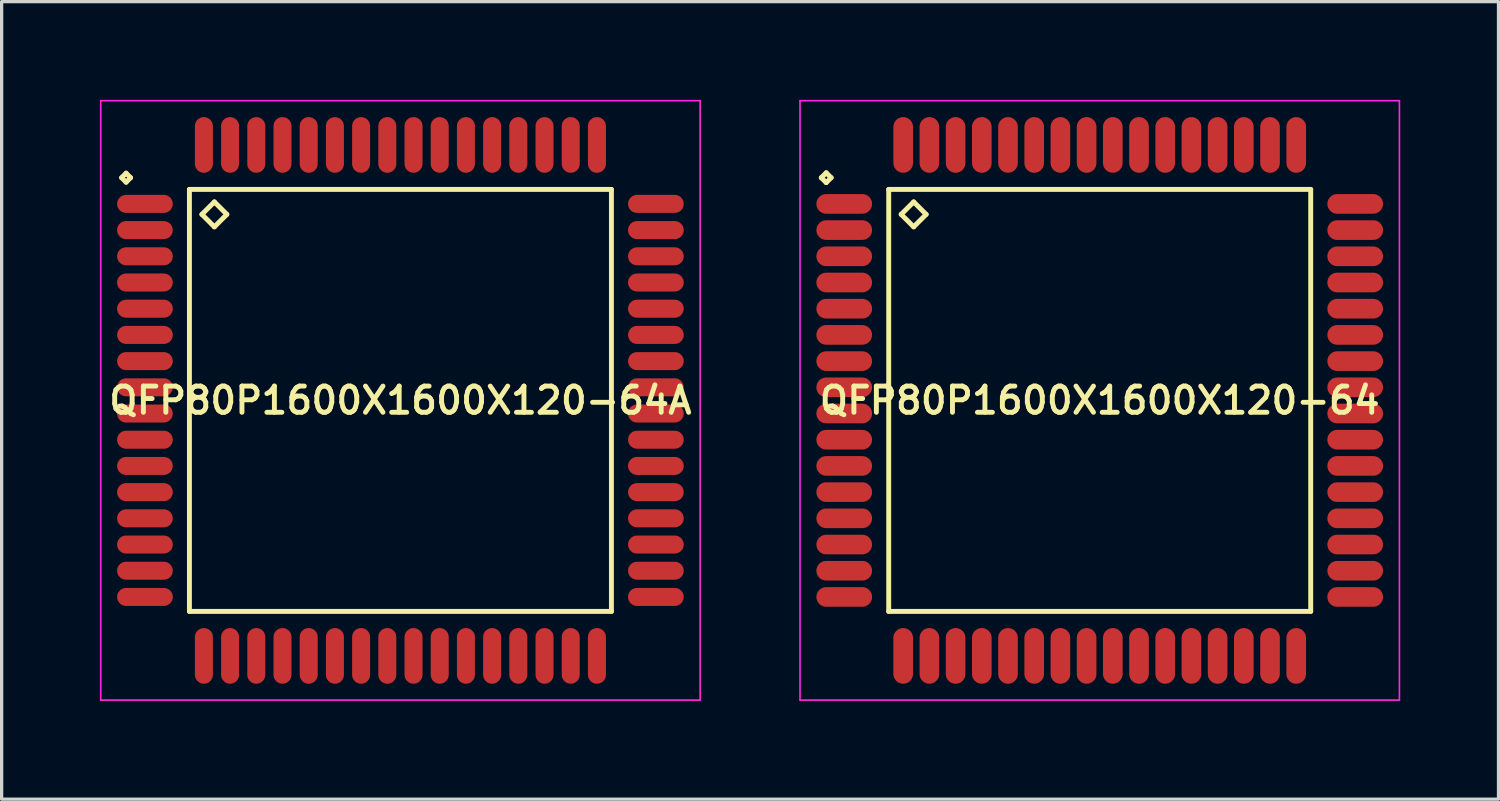
<source format=kicad_pcb>
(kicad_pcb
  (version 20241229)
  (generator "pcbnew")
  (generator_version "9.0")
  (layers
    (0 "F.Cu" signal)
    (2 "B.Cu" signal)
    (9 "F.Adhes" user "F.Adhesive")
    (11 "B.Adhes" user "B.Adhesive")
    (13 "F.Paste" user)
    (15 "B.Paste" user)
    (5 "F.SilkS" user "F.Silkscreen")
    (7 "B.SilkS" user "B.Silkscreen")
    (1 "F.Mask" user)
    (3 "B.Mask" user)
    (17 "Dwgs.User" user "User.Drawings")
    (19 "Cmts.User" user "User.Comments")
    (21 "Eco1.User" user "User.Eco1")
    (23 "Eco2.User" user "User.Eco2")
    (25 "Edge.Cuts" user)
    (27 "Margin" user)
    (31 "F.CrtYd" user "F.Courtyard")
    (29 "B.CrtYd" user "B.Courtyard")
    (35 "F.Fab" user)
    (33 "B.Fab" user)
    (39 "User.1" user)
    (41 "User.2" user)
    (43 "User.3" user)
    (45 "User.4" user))
  (footprint "QFP80P1600X1600X120-64"
    (layer "F.Cu")
    (at 30.525 9.175)
    (property "Reference" "QFP80P1600X1600X120-64" (at 0 0 0) (layer "F.SilkS") (effects (font (size 0.8 0.8) (thickness 0.15))))
    (attr smd)
    (fp_line (start -8.5 -6.8) (end -8.35 -6.95) (stroke (width 0.15) (type solid)) (layer "F.SilkS"))
    (fp_line (start -8.35 -6.95) (end -8.2 -6.8) (stroke (width 0.15) (type solid)) (layer "F.SilkS"))
    (fp_line (start -8.35 -6.65) (end -8.5 -6.8) (stroke (width 0.15) (type solid)) (layer "F.SilkS"))
    (fp_line (start -8.2 -6.8) (end -8.35 -6.65) (stroke (width 0.15) (type solid)) (layer "F.SilkS"))
    (fp_line (start -6.442 -6.442) (end -6.442 6.442) (stroke (width 0.15) (type solid)) (layer "F.SilkS"))
    (fp_line (start -6.442 6.442) (end 6.442 6.442) (stroke (width 0.15) (type solid)) (layer "F.SilkS"))
    (fp_line (start -6.061 -5.68) (end -5.68 -6.061) (stroke (width 0.15) (type solid)) (layer "F.SilkS"))
    (fp_line (start -5.68 -6.061) (end -5.299 -5.68) (stroke (width 0.15) (type solid)) (layer "F.SilkS"))
    (fp_line (start -5.68 -5.299) (end -6.061 -5.68) (stroke (width 0.15) (type solid)) (layer "F.SilkS"))
    (fp_line (start -5.299 -5.68) (end -5.68 -5.299) (stroke (width 0.15) (type solid)) (layer "F.SilkS"))
    (fp_line (start 6.442 -6.442) (end -6.442 -6.442) (stroke (width 0.15) (type solid)) (layer "F.SilkS"))
    (fp_line (start 6.442 6.442) (end 6.442 -6.442) (stroke (width 0.15) (type solid)) (layer "F.SilkS"))
    (fp_line (start -9.15 -9.15) (end 9.15 -9.15) (stroke (width 0.05) (type solid)) (layer "F.CrtYd"))
    (fp_line (start -9.15 9.15) (end -9.15 -9.15) (stroke (width 0.05) (type solid)) (layer "F.CrtYd"))
    (fp_line (start 9.15 -9.15) (end 9.15 9.15) (stroke (width 0.05) (type solid)) (layer "F.CrtYd"))
    (fp_line (start 9.15 9.15) (end -9.15 9.15) (stroke (width 0.05) (type solid)) (layer "F.CrtYd"))
    (pad "1" smd oval (at -7.8 -6) (size 1.7 0.6) (layers "F.Cu" "F.Mask" "F.Paste"))
    (pad "2" smd oval (at -7.8 -5.2) (size 1.7 0.6) (layers "F.Cu" "F.Mask" "F.Paste"))
    (pad "3" smd oval (at -7.8 -4.4) (size 1.7 0.6) (layers "F.Cu" "F.Mask" "F.Paste"))
    (pad "4" smd oval (at -7.8 -3.6) (size 1.7 0.6) (layers "F.Cu" "F.Mask" "F.Paste"))
    (pad "5" smd oval (at -7.8 -2.8) (size 1.7 0.6) (layers "F.Cu" "F.Mask" "F.Paste"))
    (pad "6" smd oval (at -7.8 -2) (size 1.7 0.6) (layers "F.Cu" "F.Mask" "F.Paste"))
    (pad "7" smd oval (at -7.8 -1.2) (size 1.7 0.6) (layers "F.Cu" "F.Mask" "F.Paste"))
    (pad "8" smd oval (at -7.8 -0.4) (size 1.7 0.6) (layers "F.Cu" "F.Mask" "F.Paste"))
    (pad "9" smd oval (at -7.8 0.4) (size 1.7 0.6) (layers "F.Cu" "F.Mask" "F.Paste"))
    (pad "10" smd oval (at -7.8 1.2) (size 1.7 0.6) (layers "F.Cu" "F.Mask" "F.Paste"))
    (pad "11" smd oval (at -7.8 2) (size 1.7 0.6) (layers "F.Cu" "F.Mask" "F.Paste"))
    (pad "12" smd oval (at -7.8 2.8) (size 1.7 0.6) (layers "F.Cu" "F.Mask" "F.Paste"))
    (pad "13" smd oval (at -7.8 3.6) (size 1.7 0.6) (layers "F.Cu" "F.Mask" "F.Paste"))
    (pad "14" smd oval (at -7.8 4.4) (size 1.7 0.6) (layers "F.Cu" "F.Mask" "F.Paste"))
    (pad "15" smd oval (at -7.8 5.2) (size 1.7 0.6) (layers "F.Cu" "F.Mask" "F.Paste"))
    (pad "16" smd oval (at -7.8 6) (size 1.7 0.6) (layers "F.Cu" "F.Mask" "F.Paste"))
    (pad "17" smd oval (at -6 7.8) (size 0.6 1.7) (layers "F.Cu" "F.Mask" "F.Paste"))
    (pad "18" smd oval (at -5.2 7.8) (size 0.6 1.7) (layers "F.Cu" "F.Mask" "F.Paste"))
    (pad "19" smd oval (at -4.4 7.8) (size 0.6 1.7) (layers "F.Cu" "F.Mask" "F.Paste"))
    (pad "20" smd oval (at -3.6 7.8) (size 0.6 1.7) (layers "F.Cu" "F.Mask" "F.Paste"))
    (pad "21" smd oval (at -2.8 7.8) (size 0.6 1.7) (layers "F.Cu" "F.Mask" "F.Paste"))
    (pad "22" smd oval (at -2 7.8) (size 0.6 1.7) (layers "F.Cu" "F.Mask" "F.Paste"))
    (pad "23" smd oval (at -1.2 7.8) (size 0.6 1.7) (layers "F.Cu" "F.Mask" "F.Paste"))
    (pad "24" smd oval (at -0.4 7.8) (size 0.6 1.7) (layers "F.Cu" "F.Mask" "F.Paste"))
    (pad "25" smd oval (at 0.4 7.8) (size 0.6 1.7) (layers "F.Cu" "F.Mask" "F.Paste"))
    (pad "26" smd oval (at 1.2 7.8) (size 0.6 1.7) (layers "F.Cu" "F.Mask" "F.Paste"))
    (pad "27" smd oval (at 2 7.8) (size 0.6 1.7) (layers "F.Cu" "F.Mask" "F.Paste"))
    (pad "28" smd oval (at 2.8 7.8) (size 0.6 1.7) (layers "F.Cu" "F.Mask" "F.Paste"))
    (pad "29" smd oval (at 3.6 7.8) (size 0.6 1.7) (layers "F.Cu" "F.Mask" "F.Paste"))
    (pad "30" smd oval (at 4.4 7.8) (size 0.6 1.7) (layers "F.Cu" "F.Mask" "F.Paste"))
    (pad "31" smd oval (at 5.2 7.8) (size 0.6 1.7) (layers "F.Cu" "F.Mask" "F.Paste"))
    (pad "32" smd oval (at 6 7.8) (size 0.6 1.7) (layers "F.Cu" "F.Mask" "F.Paste"))
    (pad "33" smd oval (at 7.8 6) (size 1.7 0.6) (layers "F.Cu" "F.Mask" "F.Paste"))
    (pad "34" smd oval (at 7.8 5.2) (size 1.7 0.6) (layers "F.Cu" "F.Mask" "F.Paste"))
    (pad "35" smd oval (at 7.8 4.4) (size 1.7 0.6) (layers "F.Cu" "F.Mask" "F.Paste"))
    (pad "36" smd oval (at 7.8 3.6) (size 1.7 0.6) (layers "F.Cu" "F.Mask" "F.Paste"))
    (pad "37" smd oval (at 7.8 2.8) (size 1.7 0.6) (layers "F.Cu" "F.Mask" "F.Paste"))
    (pad "38" smd oval (at 7.8 2) (size 1.7 0.6) (layers "F.Cu" "F.Mask" "F.Paste"))
    (pad "39" smd oval (at 7.8 1.2) (size 1.7 0.6) (layers "F.Cu" "F.Mask" "F.Paste"))
    (pad "40" smd oval (at 7.8 0.4) (size 1.7 0.6) (layers "F.Cu" "F.Mask" "F.Paste"))
    (pad "41" smd oval (at 7.8 -0.4) (size 1.7 0.6) (layers "F.Cu" "F.Mask" "F.Paste"))
    (pad "42" smd oval (at 7.8 -1.2) (size 1.7 0.6) (layers "F.Cu" "F.Mask" "F.Paste"))
    (pad "43" smd oval (at 7.8 -2) (size 1.7 0.6) (layers "F.Cu" "F.Mask" "F.Paste"))
    (pad "44" smd oval (at 7.8 -2.8) (size 1.7 0.6) (layers "F.Cu" "F.Mask" "F.Paste"))
    (pad "45" smd oval (at 7.8 -3.6) (size 1.7 0.6) (layers "F.Cu" "F.Mask" "F.Paste"))
    (pad "46" smd oval (at 7.8 -4.4) (size 1.7 0.6) (layers "F.Cu" "F.Mask" "F.Paste"))
    (pad "47" smd oval (at 7.8 -5.2) (size 1.7 0.6) (layers "F.Cu" "F.Mask" "F.Paste"))
    (pad "48" smd oval (at 7.8 -6) (size 1.7 0.6) (layers "F.Cu" "F.Mask" "F.Paste"))
    (pad "49" smd oval (at 6 -7.8) (size 0.6 1.7) (layers "F.Cu" "F.Mask" "F.Paste"))
    (pad "50" smd oval (at 5.2 -7.8) (size 0.6 1.7) (layers "F.Cu" "F.Mask" "F.Paste"))
    (pad "51" smd oval (at 4.4 -7.8) (size 0.6 1.7) (layers "F.Cu" "F.Mask" "F.Paste"))
    (pad "52" smd oval (at 3.6 -7.8) (size 0.6 1.7) (layers "F.Cu" "F.Mask" "F.Paste"))
    (pad "53" smd oval (at 2.8 -7.8) (size 0.6 1.7) (layers "F.Cu" "F.Mask" "F.Paste"))
    (pad "54" smd oval (at 2 -7.8) (size 0.6 1.7) (layers "F.Cu" "F.Mask" "F.Paste"))
    (pad "55" smd oval (at 1.2 -7.8) (size 0.6 1.7) (layers "F.Cu" "F.Mask" "F.Paste"))
    (pad "56" smd oval (at 0.4 -7.8) (size 0.6 1.7) (layers "F.Cu" "F.Mask" "F.Paste"))
    (pad "57" smd oval (at -0.4 -7.8) (size 0.6 1.7) (layers "F.Cu" "F.Mask" "F.Paste"))
    (pad "58" smd oval (at -1.2 -7.8) (size 0.6 1.7) (layers "F.Cu" "F.Mask" "F.Paste"))
    (pad "59" smd oval (at -2 -7.8) (size 0.6 1.7) (layers "F.Cu" "F.Mask" "F.Paste"))
    (pad "60" smd oval (at -2.8 -7.8) (size 0.6 1.7) (layers "F.Cu" "F.Mask" "F.Paste"))
    (pad "61" smd oval (at -3.6 -7.8) (size 0.6 1.7) (layers "F.Cu" "F.Mask" "F.Paste"))
    (pad "62" smd oval (at -4.4 -7.8) (size 0.6 1.7) (layers "F.Cu" "F.Mask" "F.Paste"))
    (pad "63" smd oval (at -5.2 -7.8) (size 0.6 1.7) (layers "F.Cu" "F.Mask" "F.Paste"))
    (pad "64" smd oval (at -6 -7.8) (size 0.6 1.7) (layers "F.Cu" "F.Mask" "F.Paste")))
  (footprint "QFP80P1600X1600X120-64A"
    (layer "F.Cu")
    (at 9.175 9.175)
    (property "Reference" "QFP80P1600X1600X120-64A" (at 0 0 0) (layer "F.SilkS") (effects (font (size 0.8 0.8) (thickness 0.15))))
    (attr smd)
    (fp_line (start -8.512 -6.8) (end -8.375 -6.938) (stroke (width 0.15) (type solid)) (layer "F.SilkS"))
    (fp_line (start -8.375 -6.938) (end -8.238 -6.8) (stroke (width 0.15) (type solid)) (layer "F.SilkS"))
    (fp_line (start -8.375 -6.662) (end -8.512 -6.8) (stroke (width 0.15) (type solid)) (layer "F.SilkS"))
    (fp_line (start -8.238 -6.8) (end -8.375 -6.662) (stroke (width 0.15) (type solid)) (layer "F.SilkS"))
    (fp_line (start -6.442 -6.442) (end -6.442 6.442) (stroke (width 0.15) (type solid)) (layer "F.SilkS"))
    (fp_line (start -6.442 6.442) (end 6.442 6.442) (stroke (width 0.15) (type solid)) (layer "F.SilkS"))
    (fp_line (start -6.061 -5.68) (end -5.68 -6.061) (stroke (width 0.15) (type solid)) (layer "F.SilkS"))
    (fp_line (start -5.68 -6.061) (end -5.299 -5.68) (stroke (width 0.15) (type solid)) (layer "F.SilkS"))
    (fp_line (start -5.68 -5.299) (end -6.061 -5.68) (stroke (width 0.15) (type solid)) (layer "F.SilkS"))
    (fp_line (start -5.299 -5.68) (end -5.68 -5.299) (stroke (width 0.15) (type solid)) (layer "F.SilkS"))
    (fp_line (start 6.442 -6.442) (end -6.442 -6.442) (stroke (width 0.15) (type solid)) (layer "F.SilkS"))
    (fp_line (start 6.442 6.442) (end 6.442 -6.442) (stroke (width 0.15) (type solid)) (layer "F.SilkS"))
    (fp_line (start -9.15 -9.15) (end 9.15 -9.15) (stroke (width 0.05) (type solid)) (layer "F.CrtYd"))
    (fp_line (start -9.15 9.15) (end -9.15 -9.15) (stroke (width 0.05) (type solid)) (layer "F.CrtYd"))
    (fp_line (start 9.15 -9.15) (end 9.15 9.15) (stroke (width 0.05) (type solid)) (layer "F.CrtYd"))
    (fp_line (start 9.15 9.15) (end -9.15 9.15) (stroke (width 0.05) (type solid)) (layer "F.CrtYd"))
    (pad "1" smd oval (at -7.8 -6) (size 1.7 0.55) (layers "F.Cu" "F.Mask" "F.Paste"))
    (pad "2" smd oval (at -7.8 -5.2) (size 1.7 0.55) (layers "F.Cu" "F.Mask" "F.Paste"))
    (pad "3" smd oval (at -7.8 -4.4) (size 1.7 0.55) (layers "F.Cu" "F.Mask" "F.Paste"))
    (pad "4" smd oval (at -7.8 -3.6) (size 1.7 0.55) (layers "F.Cu" "F.Mask" "F.Paste"))
    (pad "5" smd oval (at -7.8 -2.8) (size 1.7 0.55) (layers "F.Cu" "F.Mask" "F.Paste"))
    (pad "6" smd oval (at -7.8 -2) (size 1.7 0.55) (layers "F.Cu" "F.Mask" "F.Paste"))
    (pad "7" smd oval (at -7.8 -1.2) (size 1.7 0.55) (layers "F.Cu" "F.Mask" "F.Paste"))
    (pad "8" smd oval (at -7.8 -0.4) (size 1.7 0.55) (layers "F.Cu" "F.Mask" "F.Paste"))
    (pad "9" smd oval (at -7.8 0.4) (size 1.7 0.55) (layers "F.Cu" "F.Mask" "F.Paste"))
    (pad "10" smd oval (at -7.8 1.2) (size 1.7 0.55) (layers "F.Cu" "F.Mask" "F.Paste"))
    (pad "11" smd oval (at -7.8 2) (size 1.7 0.55) (layers "F.Cu" "F.Mask" "F.Paste"))
    (pad "12" smd oval (at -7.8 2.8) (size 1.7 0.55) (layers "F.Cu" "F.Mask" "F.Paste"))
    (pad "13" smd oval (at -7.8 3.6) (size 1.7 0.55) (layers "F.Cu" "F.Mask" "F.Paste"))
    (pad "14" smd oval (at -7.8 4.4) (size 1.7 0.55) (layers "F.Cu" "F.Mask" "F.Paste"))
    (pad "15" smd oval (at -7.8 5.2) (size 1.7 0.55) (layers "F.Cu" "F.Mask" "F.Paste"))
    (pad "16" smd oval (at -7.8 6) (size 1.7 0.55) (layers "F.Cu" "F.Mask" "F.Paste"))
    (pad "17" smd oval (at -6 7.8) (size 0.55 1.7) (layers "F.Cu" "F.Mask" "F.Paste"))
    (pad "18" smd oval (at -5.2 7.8) (size 0.55 1.7) (layers "F.Cu" "F.Mask" "F.Paste"))
    (pad "19" smd oval (at -4.4 7.8) (size 0.55 1.7) (layers "F.Cu" "F.Mask" "F.Paste"))
    (pad "20" smd oval (at -3.6 7.8) (size 0.55 1.7) (layers "F.Cu" "F.Mask" "F.Paste"))
    (pad "21" smd oval (at -2.8 7.8) (size 0.55 1.7) (layers "F.Cu" "F.Mask" "F.Paste"))
    (pad "22" smd oval (at -2 7.8) (size 0.55 1.7) (layers "F.Cu" "F.Mask" "F.Paste"))
    (pad "23" smd oval (at -1.2 7.8) (size 0.55 1.7) (layers "F.Cu" "F.Mask" "F.Paste"))
    (pad "24" smd oval (at -0.4 7.8) (size 0.55 1.7) (layers "F.Cu" "F.Mask" "F.Paste"))
    (pad "25" smd oval (at 0.4 7.8) (size 0.55 1.7) (layers "F.Cu" "F.Mask" "F.Paste"))
    (pad "26" smd oval (at 1.2 7.8) (size 0.55 1.7) (layers "F.Cu" "F.Mask" "F.Paste"))
    (pad "27" smd oval (at 2 7.8) (size 0.55 1.7) (layers "F.Cu" "F.Mask" "F.Paste"))
    (pad "28" smd oval (at 2.8 7.8) (size 0.55 1.7) (layers "F.Cu" "F.Mask" "F.Paste"))
    (pad "29" smd oval (at 3.6 7.8) (size 0.55 1.7) (layers "F.Cu" "F.Mask" "F.Paste"))
    (pad "30" smd oval (at 4.4 7.8) (size 0.55 1.7) (layers "F.Cu" "F.Mask" "F.Paste"))
    (pad "31" smd oval (at 5.2 7.8) (size 0.55 1.7) (layers "F.Cu" "F.Mask" "F.Paste"))
    (pad "32" smd oval (at 6 7.8) (size 0.55 1.7) (layers "F.Cu" "F.Mask" "F.Paste"))
    (pad "33" smd oval (at 7.8 6) (size 1.7 0.55) (layers "F.Cu" "F.Mask" "F.Paste"))
    (pad "34" smd oval (at 7.8 5.2) (size 1.7 0.55) (layers "F.Cu" "F.Mask" "F.Paste"))
    (pad "35" smd oval (at 7.8 4.4) (size 1.7 0.55) (layers "F.Cu" "F.Mask" "F.Paste"))
    (pad "36" smd oval (at 7.8 3.6) (size 1.7 0.55) (layers "F.Cu" "F.Mask" "F.Paste"))
    (pad "37" smd oval (at 7.8 2.8) (size 1.7 0.55) (layers "F.Cu" "F.Mask" "F.Paste"))
    (pad "38" smd oval (at 7.8 2) (size 1.7 0.55) (layers "F.Cu" "F.Mask" "F.Paste"))
    (pad "39" smd oval (at 7.8 1.2) (size 1.7 0.55) (layers "F.Cu" "F.Mask" "F.Paste"))
    (pad "40" smd oval (at 7.8 0.4) (size 1.7 0.55) (layers "F.Cu" "F.Mask" "F.Paste"))
    (pad "41" smd oval (at 7.8 -0.4) (size 1.7 0.55) (layers "F.Cu" "F.Mask" "F.Paste"))
    (pad "42" smd oval (at 7.8 -1.2) (size 1.7 0.55) (layers "F.Cu" "F.Mask" "F.Paste"))
    (pad "43" smd oval (at 7.8 -2) (size 1.7 0.55) (layers "F.Cu" "F.Mask" "F.Paste"))
    (pad "44" smd oval (at 7.8 -2.8) (size 1.7 0.55) (layers "F.Cu" "F.Mask" "F.Paste"))
    (pad "45" smd oval (at 7.8 -3.6) (size 1.7 0.55) (layers "F.Cu" "F.Mask" "F.Paste"))
    (pad "46" smd oval (at 7.8 -4.4) (size 1.7 0.55) (layers "F.Cu" "F.Mask" "F.Paste"))
    (pad "47" smd oval (at 7.8 -5.2) (size 1.7 0.55) (layers "F.Cu" "F.Mask" "F.Paste"))
    (pad "48" smd oval (at 7.8 -6) (size 1.7 0.55) (layers "F.Cu" "F.Mask" "F.Paste"))
    (pad "49" smd oval (at 6 -7.8) (size 0.55 1.7) (layers "F.Cu" "F.Mask" "F.Paste"))
    (pad "50" smd oval (at 5.2 -7.8) (size 0.55 1.7) (layers "F.Cu" "F.Mask" "F.Paste"))
    (pad "51" smd oval (at 4.4 -7.8) (size 0.55 1.7) (layers "F.Cu" "F.Mask" "F.Paste"))
    (pad "52" smd oval (at 3.6 -7.8) (size 0.55 1.7) (layers "F.Cu" "F.Mask" "F.Paste"))
    (pad "53" smd oval (at 2.8 -7.8) (size 0.55 1.7) (layers "F.Cu" "F.Mask" "F.Paste"))
    (pad "54" smd oval (at 2 -7.8) (size 0.55 1.7) (layers "F.Cu" "F.Mask" "F.Paste"))
    (pad "55" smd oval (at 1.2 -7.8) (size 0.55 1.7) (layers "F.Cu" "F.Mask" "F.Paste"))
    (pad "56" smd oval (at 0.4 -7.8) (size 0.55 1.7) (layers "F.Cu" "F.Mask" "F.Paste"))
    (pad "57" smd oval (at -0.4 -7.8) (size 0.55 1.7) (layers "F.Cu" "F.Mask" "F.Paste"))
    (pad "58" smd oval (at -1.2 -7.8) (size 0.55 1.7) (layers "F.Cu" "F.Mask" "F.Paste"))
    (pad "59" smd oval (at -2 -7.8) (size 0.55 1.7) (layers "F.Cu" "F.Mask" "F.Paste"))
    (pad "60" smd oval (at -2.8 -7.8) (size 0.55 1.7) (layers "F.Cu" "F.Mask" "F.Paste"))
    (pad "61" smd oval (at -3.6 -7.8) (size 0.55 1.7) (layers "F.Cu" "F.Mask" "F.Paste"))
    (pad "62" smd oval (at -4.4 -7.8) (size 0.55 1.7) (layers "F.Cu" "F.Mask" "F.Paste"))
    (pad "63" smd oval (at -5.2 -7.8) (size 0.55 1.7) (layers "F.Cu" "F.Mask" "F.Paste"))
    (pad "64" smd oval (at -6 -7.8) (size 0.55 1.7) (layers "F.Cu" "F.Mask" "F.Paste")))
  (gr_rect
    (start -3 -3)
    (end 42.7 21.35)
    (stroke (width 0.1) (type default))
    (fill no)
    (layer "Edge.Cuts")))
</source>
